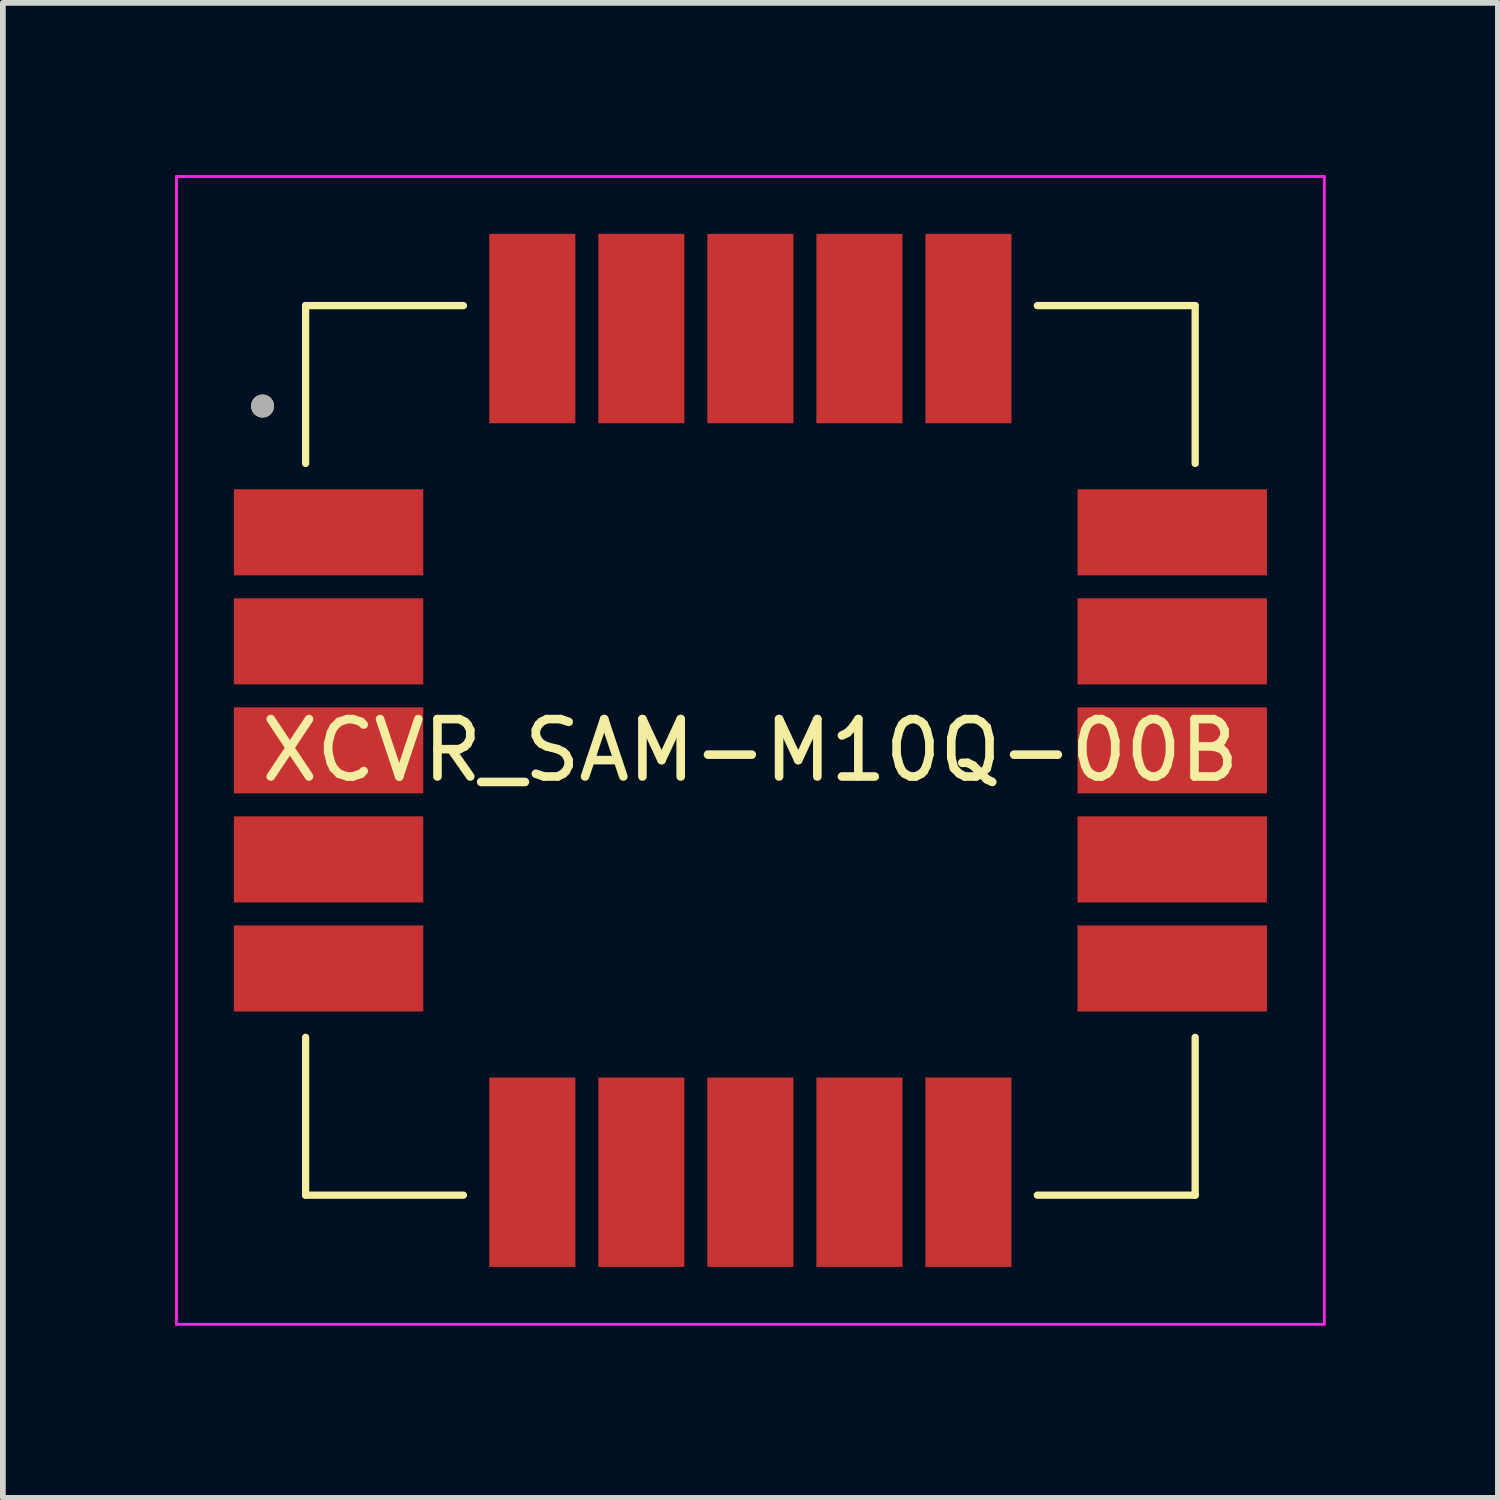
<source format=kicad_pcb>
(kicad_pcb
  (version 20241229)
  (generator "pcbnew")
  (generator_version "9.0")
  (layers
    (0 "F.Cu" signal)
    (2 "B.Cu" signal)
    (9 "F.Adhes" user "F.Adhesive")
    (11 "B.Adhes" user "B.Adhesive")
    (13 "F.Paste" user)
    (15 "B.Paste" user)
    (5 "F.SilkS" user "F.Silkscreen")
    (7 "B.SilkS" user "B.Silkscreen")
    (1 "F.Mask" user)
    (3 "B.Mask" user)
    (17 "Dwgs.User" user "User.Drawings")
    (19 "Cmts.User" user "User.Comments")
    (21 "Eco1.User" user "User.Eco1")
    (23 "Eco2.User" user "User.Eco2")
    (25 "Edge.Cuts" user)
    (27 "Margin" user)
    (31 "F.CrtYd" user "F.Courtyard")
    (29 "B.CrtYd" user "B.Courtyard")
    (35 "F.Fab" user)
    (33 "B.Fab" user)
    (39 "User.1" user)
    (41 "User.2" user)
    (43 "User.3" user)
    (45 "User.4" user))
  (footprint "XCVR_SAM-M10Q-00B"
    (layer "F.Cu")
    (at 10.025 10.025)
    (property "Reference" "XCVR_SAM-M10Q-00B" (at 0 0 0) (layer "F.SilkS") (effects (font (size 1 1) (thickness 0.15))))
    (attr smd)
    (fp_poly (pts (xy -9.05 -4.6) (xy -5.65 -4.6) (xy -5.65 -3) (xy -9.05 -3)) (stroke (width 0.01) (type solid)) (fill yes) (layer "F.Mask"))
    (fp_poly (pts (xy -9.05 -2.7) (xy -5.65 -2.7) (xy -5.65 -1.1) (xy -9.05 -1.1)) (stroke (width 0.01) (type solid)) (fill yes) (layer "F.Mask"))
    (fp_poly (pts (xy -9.05 -0.8) (xy -5.65 -0.8) (xy -5.65 0.8) (xy -9.05 0.8)) (stroke (width 0.01) (type solid)) (fill yes) (layer "F.Mask"))
    (fp_poly (pts (xy -9.05 1.1) (xy -5.65 1.1) (xy -5.65 2.7) (xy -9.05 2.7)) (stroke (width 0.01) (type solid)) (fill yes) (layer "F.Mask"))
    (fp_poly (pts (xy -9.05 3) (xy -5.65 3) (xy -5.65 4.6) (xy -9.05 4.6)) (stroke (width 0.01) (type solid)) (fill yes) (layer "F.Mask"))
    (fp_poly (pts (xy -4.6 -9.05) (xy -3 -9.05) (xy -3 -5.65) (xy -4.6 -5.65)) (stroke (width 0.01) (type solid)) (fill yes) (layer "F.Mask"))
    (fp_poly (pts (xy -4.6 5.65) (xy -3 5.65) (xy -3 9.05) (xy -4.6 9.05)) (stroke (width 0.01) (type solid)) (fill yes) (layer "F.Mask"))
    (fp_poly (pts (xy -2.7 -9.05) (xy -1.1 -9.05) (xy -1.1 -5.65) (xy -2.7 -5.65)) (stroke (width 0.01) (type solid)) (fill yes) (layer "F.Mask"))
    (fp_poly (pts (xy -2.7 5.65) (xy -1.1 5.65) (xy -1.1 9.05) (xy -2.7 9.05)) (stroke (width 0.01) (type solid)) (fill yes) (layer "F.Mask"))
    (fp_poly (pts (xy -0.8 -9) (xy 0.8 -9) (xy 0.8 -5.65) (xy -0.8 -5.65)) (stroke (width 0.01) (type solid)) (fill yes) (layer "F.Mask"))
    (fp_poly (pts (xy -0.8 5.65) (xy 0.8 5.65) (xy 0.8 9.05) (xy -0.8 9.05)) (stroke (width 0.01) (type solid)) (fill yes) (layer "F.Mask"))
    (fp_poly (pts (xy 1.1 -9.05) (xy 2.7 -9.05) (xy 2.7 -5.65) (xy 1.1 -5.65)) (stroke (width 0.01) (type solid)) (fill yes) (layer "F.Mask"))
    (fp_poly (pts (xy 1.1 5.65) (xy 2.7 5.65) (xy 2.7 9.05) (xy 1.1 9.05)) (stroke (width 0.01) (type solid)) (fill yes) (layer "F.Mask"))
    (fp_poly (pts (xy 3 -9.05) (xy 4.6 -9.05) (xy 4.6 -5.65) (xy 3 -5.65)) (stroke (width 0.01) (type solid)) (fill yes) (layer "F.Mask"))
    (fp_poly (pts (xy 3 5.65) (xy 4.6 5.65) (xy 4.6 9.05) (xy 3 9.05)) (stroke (width 0.01) (type solid)) (fill yes) (layer "F.Mask"))
    (fp_poly (pts (xy 5.65 -4.6) (xy 9.05 -4.6) (xy 9.05 -3) (xy 5.65 -3)) (stroke (width 0.01) (type solid)) (fill yes) (layer "F.Mask"))
    (fp_poly (pts (xy 5.65 -2.7) (xy 9.05 -2.7) (xy 9.05 -1.1) (xy 5.65 -1.1)) (stroke (width 0.01) (type solid)) (fill yes) (layer "F.Mask"))
    (fp_poly (pts (xy 5.65 -0.8) (xy 9.05 -0.8) (xy 9.05 0.8) (xy 5.65 0.8)) (stroke (width 0.01) (type solid)) (fill yes) (layer "F.Mask"))
    (fp_poly (pts (xy 5.65 1.1) (xy 9.05 1.1) (xy 9.05 2.7) (xy 5.65 2.7)) (stroke (width 0.01) (type solid)) (fill yes) (layer "F.Mask"))
    (fp_poly (pts (xy 5.65 2.97) (xy 9.05 2.97) (xy 9.05 4.57) (xy 5.65 4.57)) (stroke (width 0.01) (type solid)) (fill yes) (layer "F.Mask"))
    (fp_line (start -7.75 -7.75) (end -7.75 -5) (stroke (width 0.127) (type solid)) (layer "F.SilkS"))
    (fp_line (start -7.75 -7.75) (end -5 -7.75) (stroke (width 0.127) (type solid)) (layer "F.SilkS"))
    (fp_line (start -7.75 7.75) (end -7.75 5) (stroke (width 0.127) (type solid)) (layer "F.SilkS"))
    (fp_line (start -7.75 7.75) (end -5 7.75) (stroke (width 0.127) (type solid)) (layer "F.SilkS"))
    (fp_line (start 7.75 -7.75) (end 5 -7.75) (stroke (width 0.127) (type solid)) (layer "F.SilkS"))
    (fp_line (start 7.75 -7.75) (end 7.75 -5) (stroke (width 0.127) (type solid)) (layer "F.SilkS"))
    (fp_line (start 7.75 7.75) (end 5 7.75) (stroke (width 0.127) (type solid)) (layer "F.SilkS"))
    (fp_line (start 7.75 7.75) (end 7.75 5) (stroke (width 0.127) (type solid)) (layer "F.SilkS"))
    (fp_circle (center -8.5 -6) (end -8.4 -6) (stroke (width 0.2) (type solid)) (fill no) (layer "F.SilkS"))
    (fp_poly (pts (xy -8.73 -2.62) (xy -7.51 -2.62) (xy -7.51 -2.04) (xy -8.73 -2.04)) (stroke (width 0.01) (type solid)) (fill yes) (layer "F.Paste"))
    (fp_poly (pts (xy -8.73 -1.76) (xy -7.51 -1.76) (xy -7.51 -1.18) (xy -8.73 -1.18)) (stroke (width 0.01) (type solid)) (fill yes) (layer "F.Paste"))
    (fp_poly (pts (xy -8.72 -4.52) (xy -7.5 -4.52) (xy -7.5 -3.94) (xy -8.72 -3.94)) (stroke (width 0.01) (type solid)) (fill yes) (layer "F.Paste"))
    (fp_poly (pts (xy -8.72 -3.66) (xy -7.5 -3.66) (xy -7.5 -3.08) (xy -8.72 -3.08)) (stroke (width 0.01) (type solid)) (fill yes) (layer "F.Paste"))
    (fp_poly (pts (xy -8.72 1.18) (xy -7.5 1.18) (xy -7.5 1.76) (xy -8.72 1.76)) (stroke (width 0.01) (type solid)) (fill yes) (layer "F.Paste"))
    (fp_poly (pts (xy -8.72 2.04) (xy -7.5 2.04) (xy -7.5 2.62) (xy -8.72 2.62)) (stroke (width 0.01) (type solid)) (fill yes) (layer "F.Paste"))
    (fp_poly (pts (xy -8.72 3.08) (xy -7.5 3.08) (xy -7.5 3.66) (xy -8.72 3.66)) (stroke (width 0.01) (type solid)) (fill yes) (layer "F.Paste"))
    (fp_poly (pts (xy -8.72 3.94) (xy -7.5 3.94) (xy -7.5 4.52) (xy -8.72 4.52)) (stroke (width 0.01) (type solid)) (fill yes) (layer "F.Paste"))
    (fp_poly (pts (xy -8.71 -0.72) (xy -7.49 -0.72) (xy -7.49 -0.14) (xy -8.71 -0.14)) (stroke (width 0.01) (type solid)) (fill yes) (layer "F.Paste"))
    (fp_poly (pts (xy -8.71 0.14) (xy -7.49 0.14) (xy -7.49 0.72) (xy -8.71 0.72)) (stroke (width 0.01) (type solid)) (fill yes) (layer "F.Paste"))
    (fp_poly (pts (xy -6.97 -2.62) (xy -5.75 -2.62) (xy -5.75 -2.04) (xy -6.97 -2.04)) (stroke (width 0.01) (type solid)) (fill yes) (layer "F.Paste"))
    (fp_poly (pts (xy -6.97 -1.76) (xy -5.75 -1.76) (xy -5.75 -1.18) (xy -6.97 -1.18)) (stroke (width 0.01) (type solid)) (fill yes) (layer "F.Paste"))
    (fp_poly (pts (xy -6.96 -4.52) (xy -5.74 -4.52) (xy -5.74 -3.94) (xy -6.96 -3.94)) (stroke (width 0.01) (type solid)) (fill yes) (layer "F.Paste"))
    (fp_poly (pts (xy -6.96 -3.66) (xy -5.74 -3.66) (xy -5.74 -3.08) (xy -6.96 -3.08)) (stroke (width 0.01) (type solid)) (fill yes) (layer "F.Paste"))
    (fp_poly (pts (xy -6.96 1.18) (xy -5.74 1.18) (xy -5.74 1.76) (xy -6.96 1.76)) (stroke (width 0.01) (type solid)) (fill yes) (layer "F.Paste"))
    (fp_poly (pts (xy -6.96 2.04) (xy -5.74 2.04) (xy -5.74 2.62) (xy -6.96 2.62)) (stroke (width 0.01) (type solid)) (fill yes) (layer "F.Paste"))
    (fp_poly (pts (xy -6.96 3.08) (xy -5.74 3.08) (xy -5.74 3.66) (xy -6.96 3.66)) (stroke (width 0.01) (type solid)) (fill yes) (layer "F.Paste"))
    (fp_poly (pts (xy -6.96 3.94) (xy -5.74 3.94) (xy -5.74 4.52) (xy -6.96 4.52)) (stroke (width 0.01) (type solid)) (fill yes) (layer "F.Paste"))
    (fp_poly (pts (xy -6.95 -0.72) (xy -5.73 -0.72) (xy -5.73 -0.14) (xy -6.95 -0.14)) (stroke (width 0.01) (type solid)) (fill yes) (layer "F.Paste"))
    (fp_poly (pts (xy -6.95 0.14) (xy -5.73 0.14) (xy -5.73 0.72) (xy -6.95 0.72)) (stroke (width 0.01) (type solid)) (fill yes) (layer "F.Paste"))
    (fp_poly (pts (xy -4.52 -7.49) (xy -4.52 -8.71) (xy -3.94 -8.71) (xy -3.94 -7.49)) (stroke (width 0.01) (type solid)) (fill yes) (layer "F.Paste"))
    (fp_poly (pts (xy -4.52 -5.73) (xy -4.52 -6.95) (xy -3.94 -6.95) (xy -3.94 -5.73)) (stroke (width 0.01) (type solid)) (fill yes) (layer "F.Paste"))
    (fp_poly (pts (xy -3.94 5.72) (xy -3.94 6.94) (xy -4.52 6.94) (xy -4.52 5.72)) (stroke (width 0.01) (type solid)) (fill yes) (layer "F.Paste"))
    (fp_poly (pts (xy -3.94 7.48) (xy -3.94 8.7) (xy -4.52 8.7) (xy -4.52 7.48)) (stroke (width 0.01) (type solid)) (fill yes) (layer "F.Paste"))
    (fp_poly (pts (xy -3.66 -7.49) (xy -3.66 -8.71) (xy -3.08 -8.71) (xy -3.08 -7.49)) (stroke (width 0.01) (type solid)) (fill yes) (layer "F.Paste"))
    (fp_poly (pts (xy -3.66 -5.73) (xy -3.66 -6.95) (xy -3.08 -6.95) (xy -3.08 -5.73)) (stroke (width 0.01) (type solid)) (fill yes) (layer "F.Paste"))
    (fp_poly (pts (xy -3.08 5.72) (xy -3.08 6.94) (xy -3.66 6.94) (xy -3.66 5.72)) (stroke (width 0.01) (type solid)) (fill yes) (layer "F.Paste"))
    (fp_poly (pts (xy -3.08 7.48) (xy -3.08 8.7) (xy -3.66 8.7) (xy -3.66 7.48)) (stroke (width 0.01) (type solid)) (fill yes) (layer "F.Paste"))
    (fp_poly (pts (xy -2.62 -7.48) (xy -2.62 -8.7) (xy -2.04 -8.7) (xy -2.04 -7.48)) (stroke (width 0.01) (type solid)) (fill yes) (layer "F.Paste"))
    (fp_poly (pts (xy -2.62 -5.72) (xy -2.62 -6.94) (xy -2.04 -6.94) (xy -2.04 -5.72)) (stroke (width 0.01) (type solid)) (fill yes) (layer "F.Paste"))
    (fp_poly (pts (xy -2.04 5.72) (xy -2.04 6.94) (xy -2.62 6.94) (xy -2.62 5.72)) (stroke (width 0.01) (type solid)) (fill yes) (layer "F.Paste"))
    (fp_poly (pts (xy -2.04 7.48) (xy -2.04 8.7) (xy -2.62 8.7) (xy -2.62 7.48)) (stroke (width 0.01) (type solid)) (fill yes) (layer "F.Paste"))
    (fp_poly (pts (xy -1.76 -7.48) (xy -1.76 -8.7) (xy -1.18 -8.7) (xy -1.18 -7.48)) (stroke (width 0.01) (type solid)) (fill yes) (layer "F.Paste"))
    (fp_poly (pts (xy -1.76 -5.72) (xy -1.76 -6.94) (xy -1.18 -6.94) (xy -1.18 -5.72)) (stroke (width 0.01) (type solid)) (fill yes) (layer "F.Paste"))
    (fp_poly (pts (xy -1.18 5.72) (xy -1.18 6.94) (xy -1.76 6.94) (xy -1.76 5.72)) (stroke (width 0.01) (type solid)) (fill yes) (layer "F.Paste"))
    (fp_poly (pts (xy -1.18 7.48) (xy -1.18 8.7) (xy -1.76 8.7) (xy -1.76 7.48)) (stroke (width 0.01) (type solid)) (fill yes) (layer "F.Paste"))
    (fp_poly (pts (xy -0.72 -7.5) (xy -0.72 -8.72) (xy -0.14 -8.72) (xy -0.14 -7.5)) (stroke (width 0.01) (type solid)) (fill yes) (layer "F.Paste"))
    (fp_poly (pts (xy -0.72 -5.74) (xy -0.72 -6.96) (xy -0.14 -6.96) (xy -0.14 -5.74)) (stroke (width 0.01) (type solid)) (fill yes) (layer "F.Paste"))
    (fp_poly (pts (xy -0.14 5.73) (xy -0.14 6.95) (xy -0.72 6.95) (xy -0.72 5.73)) (stroke (width 0.01) (type solid)) (fill yes) (layer "F.Paste"))
    (fp_poly (pts (xy -0.14 7.49) (xy -0.14 8.71) (xy -0.72 8.71) (xy -0.72 7.49)) (stroke (width 0.01) (type solid)) (fill yes) (layer "F.Paste"))
    (fp_poly (pts (xy 0.14 -7.5) (xy 0.14 -8.72) (xy 0.72 -8.72) (xy 0.72 -7.5)) (stroke (width 0.01) (type solid)) (fill yes) (layer "F.Paste"))
    (fp_poly (pts (xy 0.14 -5.74) (xy 0.14 -6.96) (xy 0.72 -6.96) (xy 0.72 -5.74)) (stroke (width 0.01) (type solid)) (fill yes) (layer "F.Paste"))
    (fp_poly (pts (xy 0.72 5.73) (xy 0.72 6.95) (xy 0.14 6.95) (xy 0.14 5.73)) (stroke (width 0.01) (type solid)) (fill yes) (layer "F.Paste"))
    (fp_poly (pts (xy 0.72 7.49) (xy 0.72 8.71) (xy 0.14 8.71) (xy 0.14 7.49)) (stroke (width 0.01) (type solid)) (fill yes) (layer "F.Paste"))
    (fp_poly (pts (xy 1.18 -7.49) (xy 1.18 -8.71) (xy 1.76 -8.71) (xy 1.76 -7.49)) (stroke (width 0.01) (type solid)) (fill yes) (layer "F.Paste"))
    (fp_poly (pts (xy 1.18 -5.73) (xy 1.18 -6.95) (xy 1.76 -6.95) (xy 1.76 -5.73)) (stroke (width 0.01) (type solid)) (fill yes) (layer "F.Paste"))
    (fp_poly (pts (xy 1.76 5.71) (xy 1.76 6.93) (xy 1.18 6.93) (xy 1.18 5.71)) (stroke (width 0.01) (type solid)) (fill yes) (layer "F.Paste"))
    (fp_poly (pts (xy 1.76 7.47) (xy 1.76 8.69) (xy 1.18 8.69) (xy 1.18 7.47)) (stroke (width 0.01) (type solid)) (fill yes) (layer "F.Paste"))
    (fp_poly (pts (xy 2.04 -7.49) (xy 2.04 -8.71) (xy 2.62 -8.71) (xy 2.62 -7.49)) (stroke (width 0.01) (type solid)) (fill yes) (layer "F.Paste"))
    (fp_poly (pts (xy 2.04 -5.73) (xy 2.04 -6.95) (xy 2.62 -6.95) (xy 2.62 -5.73)) (stroke (width 0.01) (type solid)) (fill yes) (layer "F.Paste"))
    (fp_poly (pts (xy 2.62 5.71) (xy 2.62 6.93) (xy 2.04 6.93) (xy 2.04 5.71)) (stroke (width 0.01) (type solid)) (fill yes) (layer "F.Paste"))
    (fp_poly (pts (xy 2.62 7.47) (xy 2.62 8.69) (xy 2.04 8.69) (xy 2.04 7.47)) (stroke (width 0.01) (type solid)) (fill yes) (layer "F.Paste"))
    (fp_poly (pts (xy 3.08 -7.49) (xy 3.08 -8.71) (xy 3.66 -8.71) (xy 3.66 -7.49)) (stroke (width 0.01) (type solid)) (fill yes) (layer "F.Paste"))
    (fp_poly (pts (xy 3.08 -5.73) (xy 3.08 -6.95) (xy 3.66 -6.95) (xy 3.66 -5.73)) (stroke (width 0.01) (type solid)) (fill yes) (layer "F.Paste"))
    (fp_poly (pts (xy 3.66 5.72) (xy 3.66 6.94) (xy 3.08 6.94) (xy 3.08 5.72)) (stroke (width 0.01) (type solid)) (fill yes) (layer "F.Paste"))
    (fp_poly (pts (xy 3.66 7.48) (xy 3.66 8.7) (xy 3.08 8.7) (xy 3.08 7.48)) (stroke (width 0.01) (type solid)) (fill yes) (layer "F.Paste"))
    (fp_poly (pts (xy 3.94 -7.49) (xy 3.94 -8.71) (xy 4.52 -8.71) (xy 4.52 -7.49)) (stroke (width 0.01) (type solid)) (fill yes) (layer "F.Paste"))
    (fp_poly (pts (xy 3.94 -5.73) (xy 3.94 -6.95) (xy 4.52 -6.95) (xy 4.52 -5.73)) (stroke (width 0.01) (type solid)) (fill yes) (layer "F.Paste"))
    (fp_poly (pts (xy 4.52 5.72) (xy 4.52 6.94) (xy 3.94 6.94) (xy 3.94 5.72)) (stroke (width 0.01) (type solid)) (fill yes) (layer "F.Paste"))
    (fp_poly (pts (xy 4.52 7.48) (xy 4.52 8.7) (xy 3.94 8.7) (xy 3.94 7.48)) (stroke (width 0.01) (type solid)) (fill yes) (layer "F.Paste"))
    (fp_poly (pts (xy 6.94 -0.15) (xy 5.72 -0.15) (xy 5.72 -0.73) (xy 6.94 -0.73)) (stroke (width 0.01) (type solid)) (fill yes) (layer "F.Paste"))
    (fp_poly (pts (xy 6.94 0.71) (xy 5.72 0.71) (xy 5.72 0.13) (xy 6.94 0.13)) (stroke (width 0.01) (type solid)) (fill yes) (layer "F.Paste"))
    (fp_poly (pts (xy 6.95 -3.95) (xy 5.73 -3.95) (xy 5.73 -4.53) (xy 6.95 -4.53)) (stroke (width 0.01) (type solid)) (fill yes) (layer "F.Paste"))
    (fp_poly (pts (xy 6.95 -3.09) (xy 5.73 -3.09) (xy 5.73 -3.67) (xy 6.95 -3.67)) (stroke (width 0.01) (type solid)) (fill yes) (layer "F.Paste"))
    (fp_poly (pts (xy 6.95 -2.05) (xy 5.73 -2.05) (xy 5.73 -2.63) (xy 6.95 -2.63)) (stroke (width 0.01) (type solid)) (fill yes) (layer "F.Paste"))
    (fp_poly (pts (xy 6.95 -1.19) (xy 5.73 -1.19) (xy 5.73 -1.77) (xy 6.95 -1.77)) (stroke (width 0.01) (type solid)) (fill yes) (layer "F.Paste"))
    (fp_poly (pts (xy 6.95 3.65) (xy 5.73 3.65) (xy 5.73 3.07) (xy 6.95 3.07)) (stroke (width 0.01) (type solid)) (fill yes) (layer "F.Paste"))
    (fp_poly (pts (xy 6.95 4.51) (xy 5.73 4.51) (xy 5.73 3.93) (xy 6.95 3.93)) (stroke (width 0.01) (type solid)) (fill yes) (layer "F.Paste"))
    (fp_poly (pts (xy 6.96 1.75) (xy 5.74 1.75) (xy 5.74 1.17) (xy 6.96 1.17)) (stroke (width 0.01) (type solid)) (fill yes) (layer "F.Paste"))
    (fp_poly (pts (xy 6.96 2.61) (xy 5.74 2.61) (xy 5.74 2.03) (xy 6.96 2.03)) (stroke (width 0.01) (type solid)) (fill yes) (layer "F.Paste"))
    (fp_poly (pts (xy 8.7 -0.15) (xy 7.48 -0.15) (xy 7.48 -0.73) (xy 8.7 -0.73)) (stroke (width 0.01) (type solid)) (fill yes) (layer "F.Paste"))
    (fp_poly (pts (xy 8.7 0.71) (xy 7.48 0.71) (xy 7.48 0.13) (xy 8.7 0.13)) (stroke (width 0.01) (type solid)) (fill yes) (layer "F.Paste"))
    (fp_poly (pts (xy 8.71 -3.95) (xy 7.49 -3.95) (xy 7.49 -4.53) (xy 8.71 -4.53)) (stroke (width 0.01) (type solid)) (fill yes) (layer "F.Paste"))
    (fp_poly (pts (xy 8.71 -3.09) (xy 7.49 -3.09) (xy 7.49 -3.67) (xy 8.71 -3.67)) (stroke (width 0.01) (type solid)) (fill yes) (layer "F.Paste"))
    (fp_poly (pts (xy 8.71 -2.05) (xy 7.49 -2.05) (xy 7.49 -2.63) (xy 8.71 -2.63)) (stroke (width 0.01) (type solid)) (fill yes) (layer "F.Paste"))
    (fp_poly (pts (xy 8.71 -1.19) (xy 7.49 -1.19) (xy 7.49 -1.77) (xy 8.71 -1.77)) (stroke (width 0.01) (type solid)) (fill yes) (layer "F.Paste"))
    (fp_poly (pts (xy 8.71 3.65) (xy 7.49 3.65) (xy 7.49 3.07) (xy 8.71 3.07)) (stroke (width 0.01) (type solid)) (fill yes) (layer "F.Paste"))
    (fp_poly (pts (xy 8.71 4.51) (xy 7.49 4.51) (xy 7.49 3.93) (xy 8.71 3.93)) (stroke (width 0.01) (type solid)) (fill yes) (layer "F.Paste"))
    (fp_poly (pts (xy 8.72 1.75) (xy 7.5 1.75) (xy 7.5 1.17) (xy 8.72 1.17)) (stroke (width 0.01) (type solid)) (fill yes) (layer "F.Paste"))
    (fp_poly (pts (xy 8.72 2.61) (xy 7.5 2.61) (xy 7.5 2.03) (xy 8.72 2.03)) (stroke (width 0.01) (type solid)) (fill yes) (layer "F.Paste"))
    (fp_line (start -10 -10) (end 10 -10) (stroke (width 0.05) (type solid)) (layer "F.CrtYd"))
    (fp_line (start -10 10) (end -10 -10) (stroke (width 0.05) (type solid)) (layer "F.CrtYd"))
    (fp_line (start 10 -10) (end 10 10) (stroke (width 0.05) (type solid)) (layer "F.CrtYd"))
    (fp_line (start 10 10) (end -10 10) (stroke (width 0.05) (type solid)) (layer "F.CrtYd"))
    (fp_circle (center -8.5 -6) (end -8.4 -6) (stroke (width 0.2) (type solid)) (fill no) (layer "F.Fab"))
    (pad "1" smd rect (at -7.35 -3.8) (size 3.3 1.5) (layers "F.Cu"))
    (pad "2" smd rect (at -7.35 -1.9) (size 3.3 1.5) (layers "F.Cu"))
    (pad "3" smd rect (at -7.35 0) (size 3.3 1.5) (layers "F.Cu"))
    (pad "4" smd rect (at -7.35 1.9) (size 3.3 1.5) (layers "F.Cu"))
    (pad "5" smd rect (at -7.35 3.8) (size 3.3 1.5) (layers "F.Cu"))
    (pad "6" smd rect (at -3.8 7.35) (size 1.5 3.3) (layers "F.Cu"))
    (pad "7" smd rect (at -1.9 7.35) (size 1.5 3.3) (layers "F.Cu"))
    (pad "8" smd rect (at 0 7.35) (size 1.5 3.3) (layers "F.Cu"))
    (pad "9" smd rect (at 1.9 7.35) (size 1.5 3.3) (layers "F.Cu"))
    (pad "10" smd rect (at 3.8 7.35) (size 1.5 3.3) (layers "F.Cu"))
    (pad "11" smd rect (at 7.35 3.8) (size 3.3 1.5) (layers "F.Cu"))
    (pad "12" smd rect (at 7.35 1.9) (size 3.3 1.5) (layers "F.Cu"))
    (pad "13" smd rect (at 7.35 0) (size 3.3 1.5) (layers "F.Cu"))
    (pad "14" smd rect (at 7.35 -1.9) (size 3.3 1.5) (layers "F.Cu"))
    (pad "15" smd rect (at 7.35 -3.8) (size 3.3 1.5) (layers "F.Cu"))
    (pad "16" smd rect (at 3.8 -7.35) (size 1.5 3.3) (layers "F.Cu"))
    (pad "17" smd rect (at 1.9 -7.35) (size 1.5 3.3) (layers "F.Cu"))
    (pad "18" smd rect (at 0 -7.35) (size 1.5 3.3) (layers "F.Cu"))
    (pad "19" smd rect (at -1.9 -7.35) (size 1.5 3.3) (layers "F.Cu"))
    (pad "20" smd rect (at -3.8 -7.35) (size 1.5 3.3) (layers "F.Cu")))
  (gr_rect
    (start -3 -3)
    (end 23.05 23.05)
    (stroke (width 0.1) (type default))
    (fill no)
    (layer "Edge.Cuts")))
</source>
